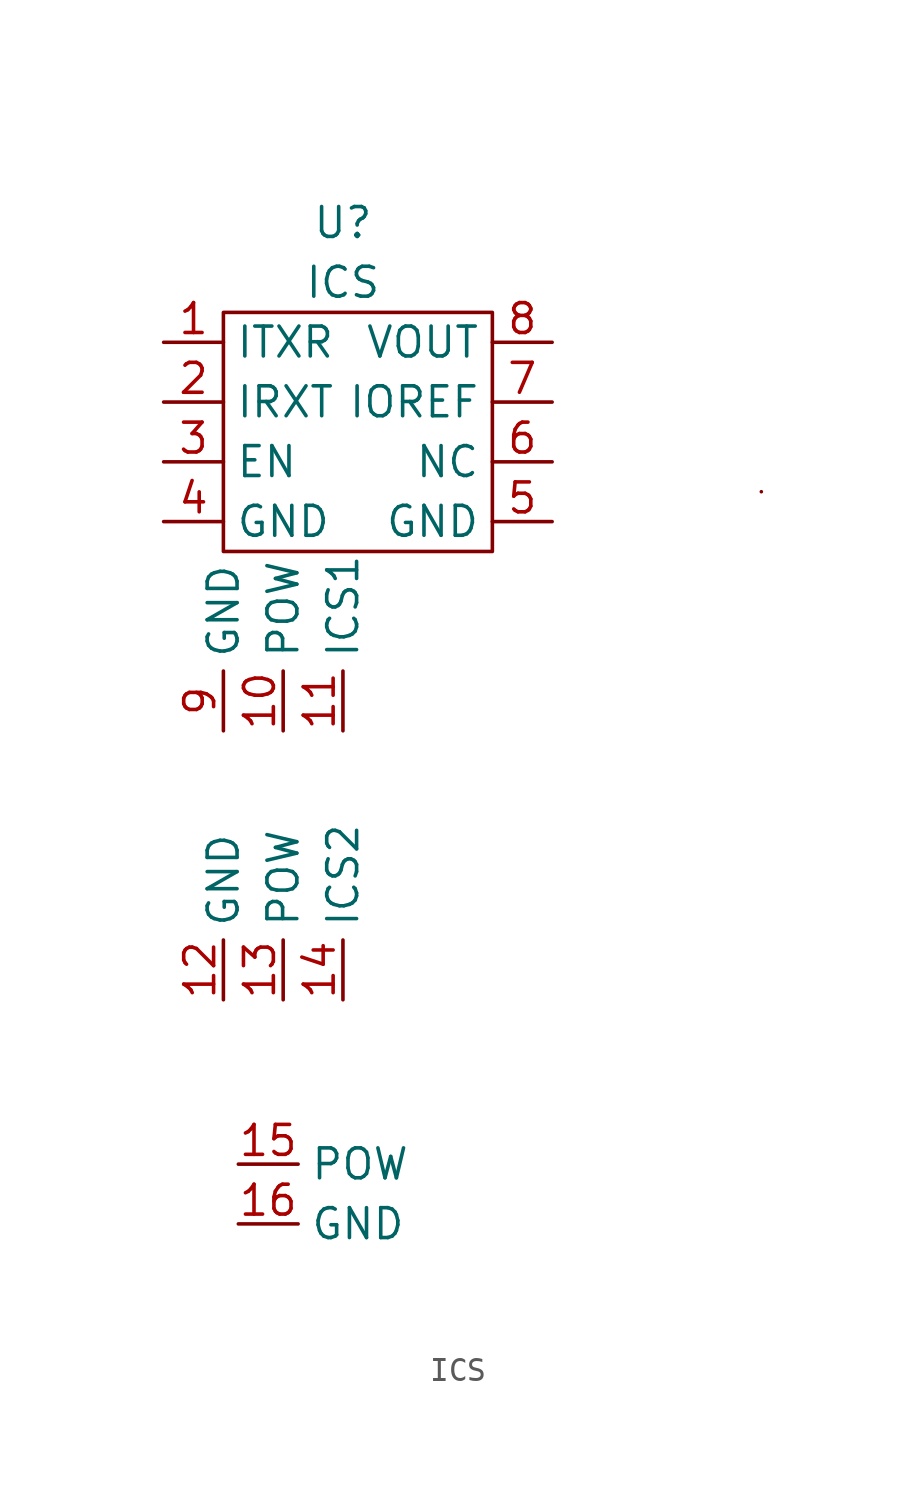
<source format=kicad_sym>
(kicad_symbol_lib
  (version 20231120)
  (generator "kicad_symbol_editor")
  (generator_version "8.0")
  (symbol "ICS"
    (property "Reference" "U"
      (at 5.08 3.81 0)
      (effects (font (size 1.27 1.27))))
    (property "Value" "ICS"
      (at 5.08 1.27 0)
      (effects (font (size 1.27 1.27))))
    (symbol "ICS_0_1"
      (rectangle (start 0 0) (end 11.43 -10.16) (stroke (width 0) (type default)) (fill (type none)))
      (rectangle (start 22.86 -7.62) (end 22.86 -7.62) (stroke (width 0) (type default)) (fill (type none))))
    (symbol "ICS_1_1"
      (pin input line (at -2.54 -1.27 0) (length 2.54) (name "ITXR" (effects (font (size 1.27 1.27)))) (number "1" (effects (font (size 1.27 1.27)))))
      (pin input line (at 2.54 -17.78 90) (length 2.54) (name "POW" (effects (font (size 1.27 1.27)))) (number "10" (effects (font (size 1.27 1.27)))))
      (pin input line (at 5.08 -17.78 90) (length 2.54) (name "ICS1" (effects (font (size 1.27 1.27)))) (number "11" (effects (font (size 1.27 1.27)))))
      (pin input line (at 0 -29.21 90) (length 2.54) (name "GND" (effects (font (size 1.27 1.27)))) (number "12" (effects (font (size 1.27 1.27)))))
      (pin input line (at 2.54 -29.21 90) (length 2.54) (name "POW" (effects (font (size 1.27 1.27)))) (number "13" (effects (font (size 1.27 1.27)))))
      (pin input line (at 5.08 -29.21 90) (length 2.54) (name "ICS2" (effects (font (size 1.27 1.27)))) (number "14" (effects (font (size 1.27 1.27)))))
      (pin input line (at 0.635 -36.195 0) (length 2.54) (name "POW" (effects (font (size 1.27 1.27)))) (number "15" (effects (font (size 1.27 1.27)))))
      (pin input line (at 0.635 -38.735 0) (length 2.54) (name "GND" (effects (font (size 1.27 1.27)))) (number "16" (effects (font (size 1.27 1.27)))))
      (pin input line (at -2.54 -3.81 0) (length 2.54) (name "IRXT" (effects (font (size 1.27 1.27)))) (number "2" (effects (font (size 1.27 1.27)))))
      (pin input line (at -2.54 -6.35 0) (length 2.54) (name "EN" (effects (font (size 1.27 1.27)))) (number "3" (effects (font (size 1.27 1.27)))))
      (pin input line (at -2.54 -8.89 0) (length 2.54) (name "GND" (effects (font (size 1.27 1.27)))) (number "4" (effects (font (size 1.27 1.27)))))
      (pin input line (at 13.97 -8.89 180) (length 2.54) (name "GND" (effects (font (size 1.27 1.27)))) (number "5" (effects (font (size 1.27 1.27)))))
      (pin input line (at 13.97 -6.35 180) (length 2.54) (name "NC" (effects (font (size 1.27 1.27)))) (number "6" (effects (font (size 1.27 1.27)))))
      (pin input line (at 13.97 -3.81 180) (length 2.54) (name "IOREF" (effects (font (size 1.27 1.27)))) (number "7" (effects (font (size 1.27 1.27)))))
      (pin input line (at 13.97 -1.27 180) (length 2.54) (name "VOUT" (effects (font (size 1.27 1.27)))) (number "8" (effects (font (size 1.27 1.27)))))
      (pin input line (at 0 -17.78 90) (length 2.54) (name "GND" (effects (font (size 1.27 1.27)))) (number "9" (effects (font (size 1.27 1.27))))))))
</source>
